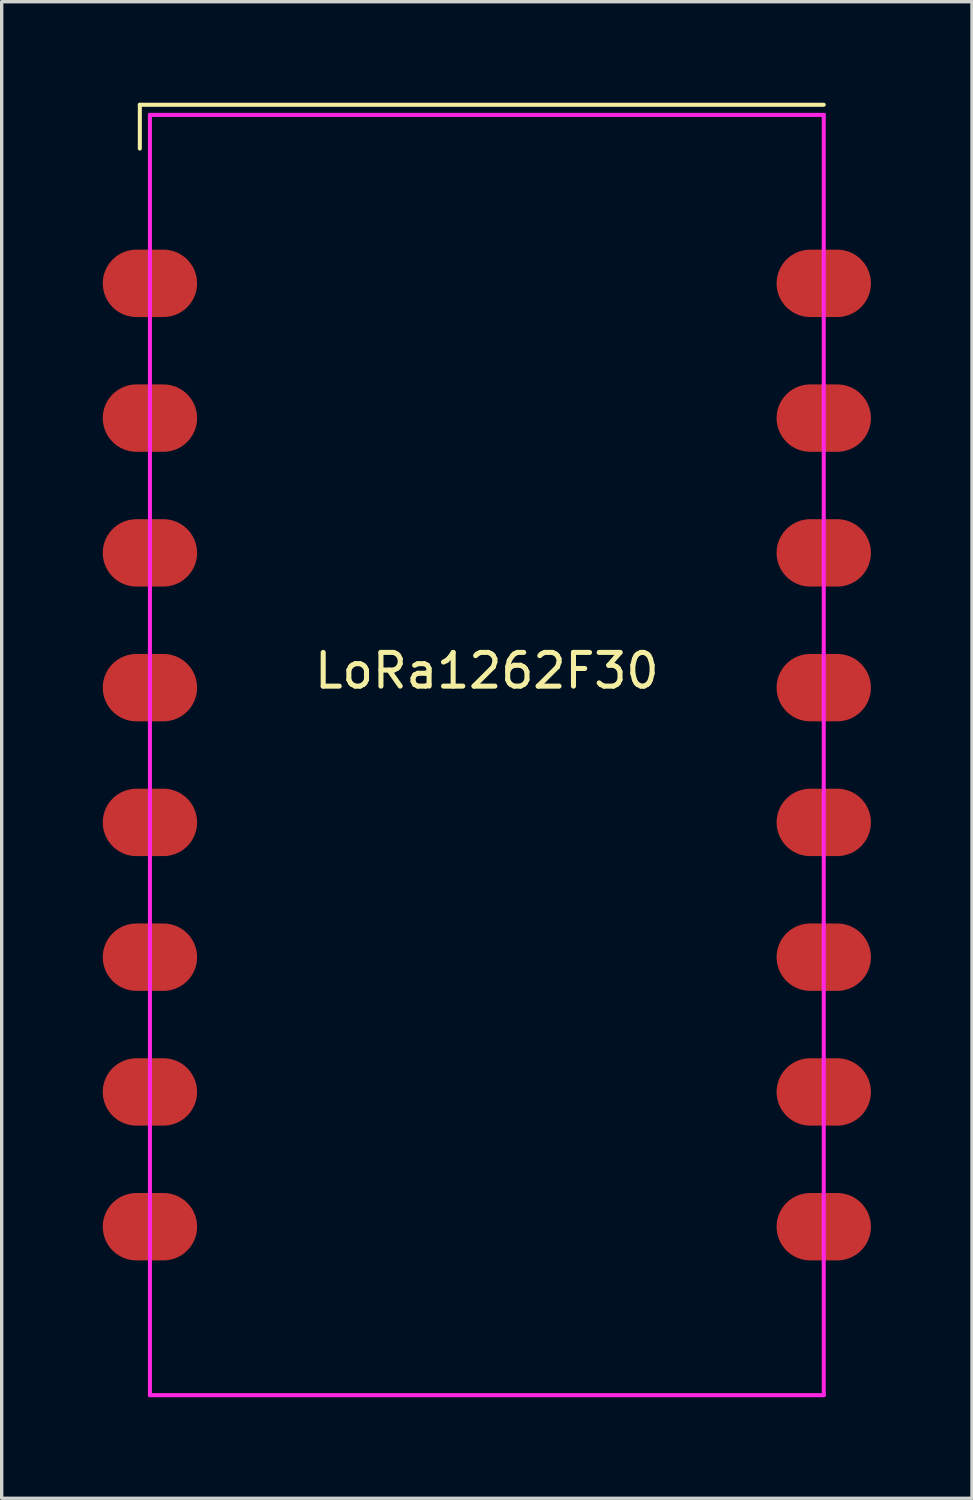
<source format=kicad_pcb>
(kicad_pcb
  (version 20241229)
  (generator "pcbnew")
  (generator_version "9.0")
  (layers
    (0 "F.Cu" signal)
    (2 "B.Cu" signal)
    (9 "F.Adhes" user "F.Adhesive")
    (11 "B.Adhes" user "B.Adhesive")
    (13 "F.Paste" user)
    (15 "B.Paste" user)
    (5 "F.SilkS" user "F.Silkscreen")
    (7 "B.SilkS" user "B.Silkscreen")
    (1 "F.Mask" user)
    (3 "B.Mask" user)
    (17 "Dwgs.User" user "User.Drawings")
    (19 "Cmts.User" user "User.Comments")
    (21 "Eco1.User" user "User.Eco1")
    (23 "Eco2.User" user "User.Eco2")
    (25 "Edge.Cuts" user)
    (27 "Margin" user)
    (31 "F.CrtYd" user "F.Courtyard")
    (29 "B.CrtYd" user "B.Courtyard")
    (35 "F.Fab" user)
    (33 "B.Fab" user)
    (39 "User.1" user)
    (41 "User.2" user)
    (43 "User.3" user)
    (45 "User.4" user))
  (footprint "LoRa1262F30"
    (layer "F.Cu")
    (at 11.4 19.36)
    (property "Reference" "LoRa1262F30" (at 0 -2.5 0) (layer "F.SilkS") (effects (font (size 1 1) (thickness 0.15))))
    (attr through_hole)
    (fp_line (start -10.3 -19.3) (end 10 -19.3) (stroke (width 0.12) (type solid)) (layer "F.SilkS"))
    (fp_line (start -10.3 -18) (end -10.3 -19.3) (stroke (width 0.12) (type solid)) (layer "F.SilkS"))
    (fp_line (start -10 -19) (end 10 -19) (stroke (width 0.12) (type solid)) (layer "F.CrtYd"))
    (fp_line (start -10 19) (end -10 -19) (stroke (width 0.12) (type solid)) (layer "F.CrtYd"))
    (fp_line (start 10 -19) (end 10 19) (stroke (width 0.12) (type solid)) (layer "F.CrtYd"))
    (fp_line (start 10 19) (end -10 19) (stroke (width 0.12) (type solid)) (layer "F.CrtYd"))
    (pad "1" smd oval (at 10 -14) (size 2.8 2) (layers "F.Cu" "F.Mask" "F.Paste"))
    (pad "2" smd oval (at 10 -10) (size 2.8 2) (layers "F.Cu" "F.Mask" "F.Paste"))
    (pad "3" smd oval (at 10 -6) (size 2.8 2) (layers "F.Cu" "F.Mask" "F.Paste"))
    (pad "4" smd oval (at 10 -2) (size 2.8 2) (layers "F.Cu" "F.Mask" "F.Paste"))
    (pad "5" smd oval (at 10 2) (size 2.8 2) (layers "F.Cu" "F.Mask" "F.Paste"))
    (pad "6" smd oval (at 10 6) (size 2.8 2) (layers "F.Cu" "F.Mask" "F.Paste"))
    (pad "7" smd oval (at 10 10) (size 2.8 2) (layers "F.Cu" "F.Mask" "F.Paste"))
    (pad "8" smd oval (at 10 14) (size 2.8 2) (layers "F.Cu" "F.Mask" "F.Paste"))
    (pad "9" smd oval (at -10 14) (size 2.8 2) (layers "F.Cu" "F.Mask" "F.Paste"))
    (pad "10" smd oval (at -10 10) (size 2.8 2) (layers "F.Cu" "F.Mask" "F.Paste"))
    (pad "11" smd oval (at -10 6) (size 2.8 2) (layers "F.Cu" "F.Mask" "F.Paste"))
    (pad "12" smd oval (at -10 2) (size 2.8 2) (layers "F.Cu" "F.Mask" "F.Paste"))
    (pad "13" smd oval (at -10 -2) (size 2.8 2) (layers "F.Cu" "F.Mask" "F.Paste"))
    (pad "14" smd oval (at -10 -6) (size 2.8 2) (layers "F.Cu" "F.Mask" "F.Paste"))
    (pad "15" smd oval (at -10 -10) (size 2.8 2) (layers "F.Cu" "F.Mask" "F.Paste"))
    (pad "16" smd oval (at -10 -14) (size 2.8 2) (layers "F.Cu" "F.Mask" "F.Paste")))
  (gr_rect
    (start -3 -3)
    (end 25.8 41.42)
    (stroke (width 0.1) (type default))
    (fill no)
    (layer "Edge.Cuts")))
</source>
